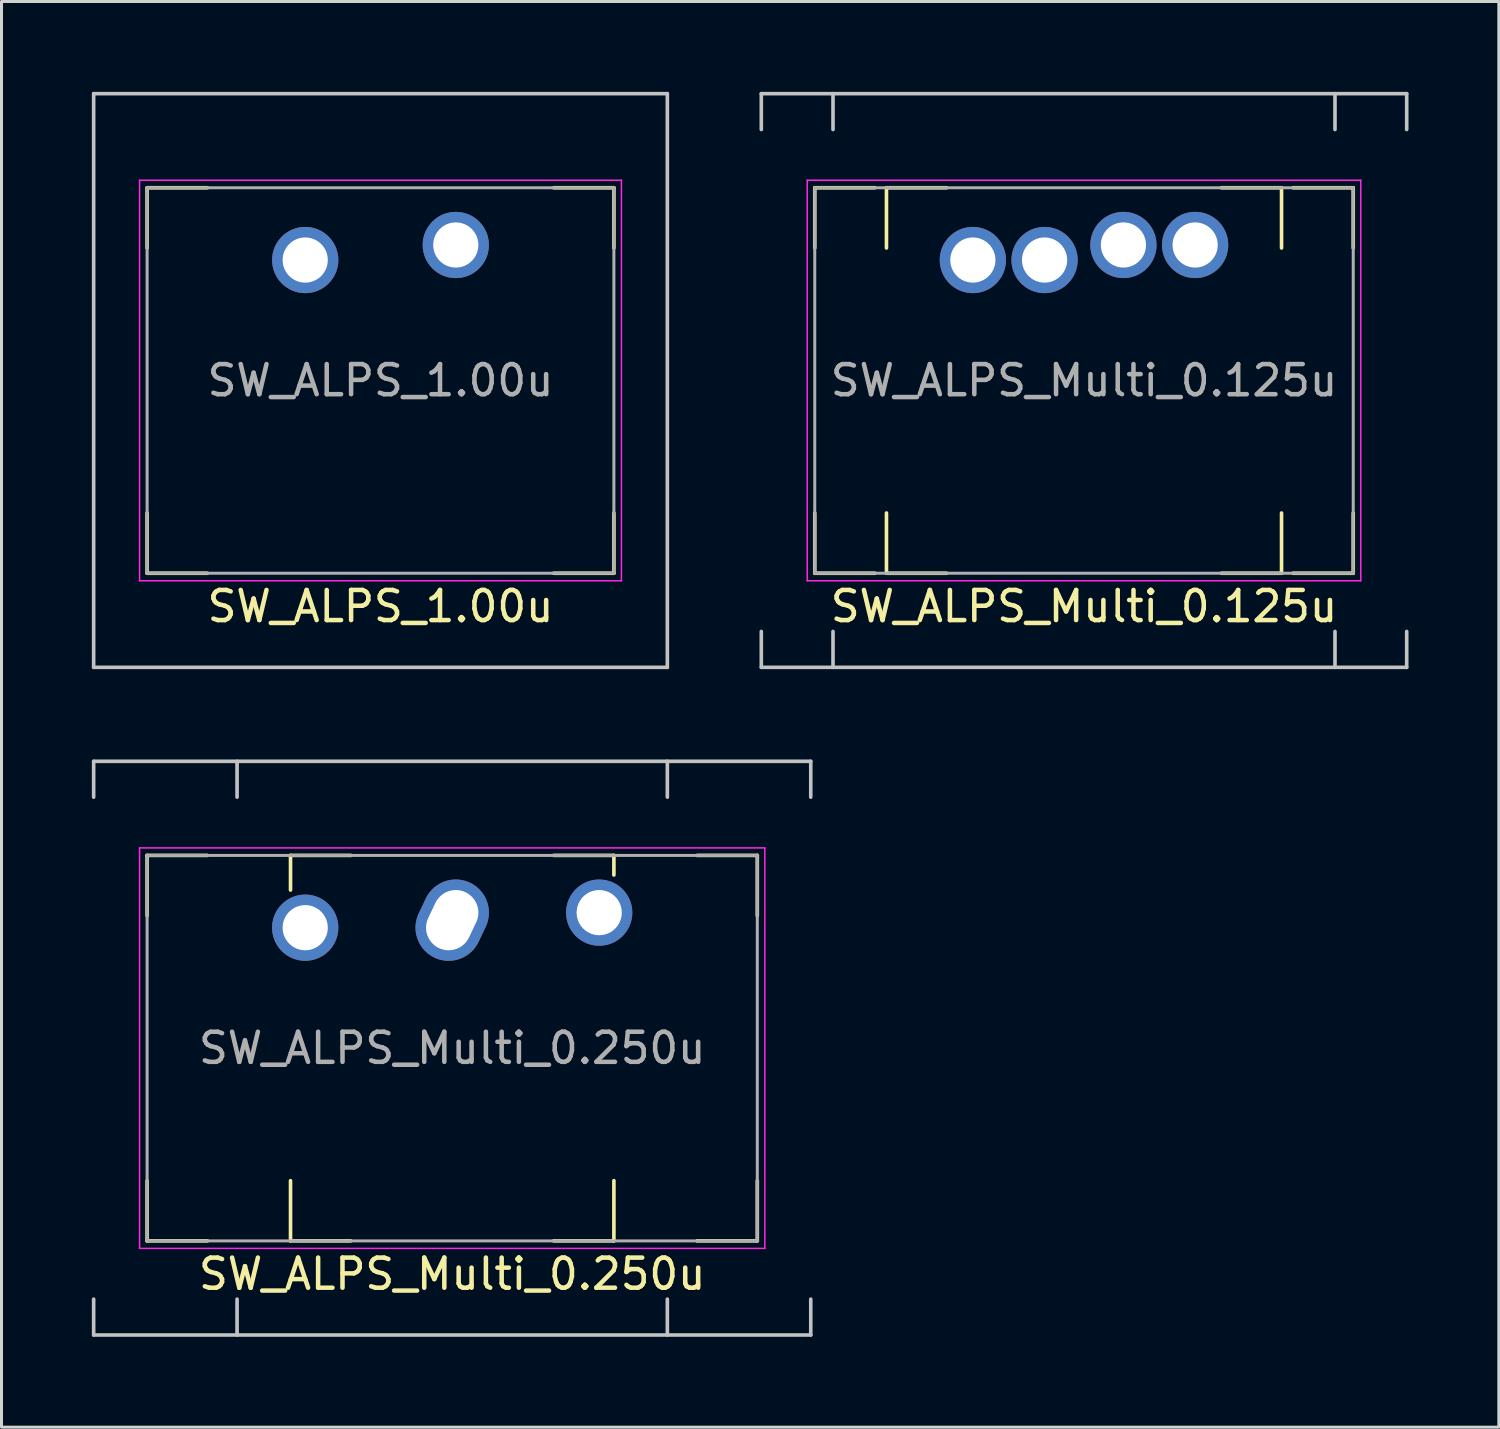
<source format=kicad_pcb>
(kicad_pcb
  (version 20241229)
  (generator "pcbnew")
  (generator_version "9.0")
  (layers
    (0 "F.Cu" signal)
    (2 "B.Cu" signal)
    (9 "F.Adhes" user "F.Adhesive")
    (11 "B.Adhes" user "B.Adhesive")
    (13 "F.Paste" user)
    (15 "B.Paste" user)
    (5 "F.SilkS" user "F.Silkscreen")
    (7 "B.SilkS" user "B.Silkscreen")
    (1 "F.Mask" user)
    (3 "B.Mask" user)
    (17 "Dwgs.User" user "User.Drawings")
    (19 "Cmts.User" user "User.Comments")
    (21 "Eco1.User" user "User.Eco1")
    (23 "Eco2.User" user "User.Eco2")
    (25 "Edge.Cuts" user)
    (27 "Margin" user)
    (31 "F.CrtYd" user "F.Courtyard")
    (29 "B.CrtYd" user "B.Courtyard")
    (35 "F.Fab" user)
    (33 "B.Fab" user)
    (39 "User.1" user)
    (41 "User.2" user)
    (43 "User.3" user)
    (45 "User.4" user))
  (footprint "SW_ALPS_Multi_0.250u"
    (layer "F.Cu")
    (at 11.966 31.755)
    (property "Reference" "SW_ALPS_Multi_0.250u" (at 0 7.5 0) (layer "F.SilkS") (effects (font (size 1 1) (thickness 0.15))))
    (attr through_hole)
    (fp_line (start -10.131 -6.4) (end -8.131 -6.4) (stroke (width 0.12) (type solid)) (layer "F.SilkS"))
    (fp_line (start -10.131 -4.4) (end -10.131 -6.4) (stroke (width 0.12) (type solid)) (layer "F.SilkS"))
    (fp_line (start -10.131 6.4) (end -10.131 4.4) (stroke (width 0.12) (type solid)) (layer "F.SilkS"))
    (fp_line (start -10.131 6.4) (end -8.131 6.4) (stroke (width 0.12) (type solid)) (layer "F.SilkS"))
    (fp_line (start -5.369 -6.4) (end -3.369 -6.4) (stroke (width 0.12) (type solid)) (layer "F.SilkS"))
    (fp_line (start -5.369 -5.25) (end -5.369 -6.4) (stroke (width 0.12) (type solid)) (layer "F.SilkS"))
    (fp_line (start -5.369 6.4) (end -5.369 4.4) (stroke (width 0.12) (type solid)) (layer "F.SilkS"))
    (fp_line (start -5.369 6.4) (end -3.369 6.4) (stroke (width 0.12) (type solid)) (layer "F.SilkS"))
    (fp_line (start 3.369 -6.4) (end 5.369 -6.4) (stroke (width 0.12) (type solid)) (layer "F.SilkS"))
    (fp_line (start 3.369 6.4) (end 5.369 6.4) (stroke (width 0.12) (type solid)) (layer "F.SilkS"))
    (fp_line (start 5.369 -5.75) (end 5.369 -6.4) (stroke (width 0.12) (type solid)) (layer "F.SilkS"))
    (fp_line (start 5.369 6.4) (end 5.369 4.4) (stroke (width 0.12) (type solid)) (layer "F.SilkS"))
    (fp_line (start 8.131 -6.4) (end 10.131 -6.4) (stroke (width 0.12) (type solid)) (layer "F.SilkS"))
    (fp_line (start 8.131 6.4) (end 10.131 6.4) (stroke (width 0.12) (type solid)) (layer "F.SilkS"))
    (fp_line (start 10.131 -4.4) (end 10.131 -6.4) (stroke (width 0.12) (type solid)) (layer "F.SilkS"))
    (fp_line (start 10.131 6.4) (end 10.131 4.4) (stroke (width 0.12) (type solid)) (layer "F.SilkS"))
    (fp_line (start -11.906 -9.525) (end 11.906 -9.525) (stroke (width 0.12) (type solid)) (layer "Dwgs.User"))
    (fp_line (start -11.906 -8.334) (end -11.906 -9.525) (stroke (width 0.12) (type solid)) (layer "Dwgs.User"))
    (fp_line (start -11.906 9.525) (end -11.906 8.334) (stroke (width 0.12) (type solid)) (layer "Dwgs.User"))
    (fp_line (start -7.144 -9.525) (end -7.144 -8.334) (stroke (width 0.12) (type solid)) (layer "Dwgs.User"))
    (fp_line (start -7.144 9.525) (end -7.144 8.334) (stroke (width 0.12) (type solid)) (layer "Dwgs.User"))
    (fp_line (start 7.144 -9.525) (end 7.144 -8.334) (stroke (width 0.12) (type solid)) (layer "Dwgs.User"))
    (fp_line (start 7.144 9.525) (end 7.144 8.334) (stroke (width 0.12) (type solid)) (layer "Dwgs.User"))
    (fp_line (start 11.906 -9.525) (end 11.906 -8.334) (stroke (width 0.12) (type solid)) (layer "Dwgs.User"))
    (fp_line (start 11.906 9.525) (end -11.906 9.525) (stroke (width 0.12) (type solid)) (layer "Dwgs.User"))
    (fp_line (start 11.906 9.525) (end 11.906 8.334) (stroke (width 0.12) (type solid)) (layer "Dwgs.User"))
    (fp_line (start -10.381 -6.65) (end 10.381 -6.65) (stroke (width 0.05) (type solid)) (layer "F.CrtYd"))
    (fp_line (start -10.381 6.65) (end -10.381 -6.65) (stroke (width 0.05) (type solid)) (layer "F.CrtYd"))
    (fp_line (start 10.381 -6.65) (end 10.381 6.65) (stroke (width 0.05) (type solid)) (layer "F.CrtYd"))
    (fp_line (start 10.381 6.65) (end -10.381 6.65) (stroke (width 0.05) (type solid)) (layer "F.CrtYd"))
    (fp_line (start -10.131 -6.4) (end 10.131 -6.4) (stroke (width 0.1) (type solid)) (layer "F.Fab"))
    (fp_line (start -10.131 6.4) (end -10.131 -6.4) (stroke (width 0.1) (type solid)) (layer "F.Fab"))
    (fp_line (start 10.131 -6.4) (end 10.131 6.4) (stroke (width 0.1) (type solid)) (layer "F.Fab"))
    (fp_line (start 10.131 6.4) (end -10.131 6.4) (stroke (width 0.1) (type solid)) (layer "F.Fab"))
    (fp_text user "${REFERENCE}" (at 0 0 0) (layer "F.Fab") (effects (font (size 1 1) (thickness 0.15))))
    (pad "1" thru_hole oval (at 0.000014 -4.25 64.6) (size 2.754 2.2) (drill oval 2.054 1.5) (layers "*.Cu" "*.Mask"))
    (pad "2" thru_hole circle (at -4.881 -4) (size 2.2 2.2) (drill 1.5) (layers "*.Cu" "*.Mask"))
    (pad "2" thru_hole circle (at 4.881 -4.5) (size 2.2 2.2) (drill 1.5) (layers "*.Cu" "*.Mask")))
  (footprint "SW_ALPS_1.00u"
    (layer "F.Cu")
    (at 9.585 9.585)
    (property "Reference" "SW_ALPS_1.00u" (at 0 7.5 0) (layer "F.SilkS") (effects (font (size 1 1) (thickness 0.15))))
    (attr through_hole)
    (fp_line (start -7.75 -6.4) (end -5.75 -6.4) (stroke (width 0.12) (type solid)) (layer "F.SilkS"))
    (fp_line (start -7.75 -4.4) (end -7.75 -6.4) (stroke (width 0.12) (type solid)) (layer "F.SilkS"))
    (fp_line (start -7.75 6.4) (end -7.75 4.4) (stroke (width 0.12) (type solid)) (layer "F.SilkS"))
    (fp_line (start -7.75 6.4) (end -5.75 6.4) (stroke (width 0.12) (type solid)) (layer "F.SilkS"))
    (fp_line (start 5.75 -6.4) (end 7.75 -6.4) (stroke (width 0.12) (type solid)) (layer "F.SilkS"))
    (fp_line (start 5.75 6.4) (end 7.75 6.4) (stroke (width 0.12) (type solid)) (layer "F.SilkS"))
    (fp_line (start 7.75 -4.4) (end 7.75 -6.4) (stroke (width 0.12) (type solid)) (layer "F.SilkS"))
    (fp_line (start 7.75 6.4) (end 7.75 4.4) (stroke (width 0.12) (type solid)) (layer "F.SilkS"))
    (fp_line (start -9.525 -9.525) (end 9.525 -9.525) (stroke (width 0.12) (type solid)) (layer "Dwgs.User"))
    (fp_line (start -9.525 9.525) (end -9.525 -9.525) (stroke (width 0.12) (type solid)) (layer "Dwgs.User"))
    (fp_line (start 9.525 -9.525) (end 9.525 9.525) (stroke (width 0.12) (type solid)) (layer "Dwgs.User"))
    (fp_line (start 9.525 9.525) (end -9.525 9.525) (stroke (width 0.12) (type solid)) (layer "Dwgs.User"))
    (fp_line (start -8 -6.65) (end 8 -6.65) (stroke (width 0.05) (type solid)) (layer "F.CrtYd"))
    (fp_line (start -8 6.65) (end -8 -6.65) (stroke (width 0.05) (type solid)) (layer "F.CrtYd"))
    (fp_line (start 8 -6.65) (end 8 6.65) (stroke (width 0.05) (type solid)) (layer "F.CrtYd"))
    (fp_line (start 8 6.65) (end -8 6.65) (stroke (width 0.05) (type solid)) (layer "F.CrtYd"))
    (fp_line (start -7.75 -6.4) (end 7.75 -6.4) (stroke (width 0.1) (type solid)) (layer "F.Fab"))
    (fp_line (start -7.75 6.4) (end -7.75 -6.4) (stroke (width 0.1) (type solid)) (layer "F.Fab"))
    (fp_line (start 7.75 -6.4) (end 7.75 6.4) (stroke (width 0.1) (type solid)) (layer "F.Fab"))
    (fp_line (start 7.75 6.4) (end -7.75 6.4) (stroke (width 0.1) (type solid)) (layer "F.Fab"))
    (fp_text user "${REFERENCE}" (at 0 0 0) (layer "F.Fab") (effects (font (size 1 1) (thickness 0.15))))
    (pad "1" thru_hole circle (at 2.5 -4.5) (size 2.2 2.2) (drill 1.5) (layers "*.Cu" "*.Mask"))
    (pad "2" thru_hole circle (at -2.5 -4) (size 2.2 2.2) (drill 1.5) (layers "*.Cu" "*.Mask")))
  (footprint "SW_ALPS_Multi_0.125u"
    (layer "F.Cu")
    (at 31.755 9.585)
    (property "Reference" "SW_ALPS_Multi_0.125u" (at 1.191 7.5 0) (layer "F.SilkS") (effects (font (size 1 1) (thickness 0.15))))
    (attr through_hole)
    (fp_line (start -7.75 -6.4) (end -5.75 -6.4) (stroke (width 0.12) (type solid)) (layer "F.SilkS"))
    (fp_line (start -7.75 -4.4) (end -7.75 -6.4) (stroke (width 0.12) (type solid)) (layer "F.SilkS"))
    (fp_line (start -7.75 6.4) (end -7.75 4.4) (stroke (width 0.12) (type solid)) (layer "F.SilkS"))
    (fp_line (start -7.75 6.4) (end -5.75 6.4) (stroke (width 0.12) (type solid)) (layer "F.SilkS"))
    (fp_line (start -5.369 -6.4) (end -3.369 -6.4) (stroke (width 0.12) (type solid)) (layer "F.SilkS"))
    (fp_line (start -5.369 -4.4) (end -5.369 -6.4) (stroke (width 0.12) (type solid)) (layer "F.SilkS"))
    (fp_line (start -5.369 6.4) (end -5.369 4.4) (stroke (width 0.12) (type solid)) (layer "F.SilkS"))
    (fp_line (start -5.369 6.4) (end -3.369 6.4) (stroke (width 0.12) (type solid)) (layer "F.SilkS"))
    (fp_line (start 5.75 -6.4) (end 7.75 -6.4) (stroke (width 0.12) (type solid)) (layer "F.SilkS"))
    (fp_line (start 5.75 6.4) (end 7.75 6.4) (stroke (width 0.12) (type solid)) (layer "F.SilkS"))
    (fp_line (start 7.75 -4.4) (end 7.75 -6.4) (stroke (width 0.12) (type solid)) (layer "F.SilkS"))
    (fp_line (start 7.75 6.4) (end 7.75 4.4) (stroke (width 0.12) (type solid)) (layer "F.SilkS"))
    (fp_line (start 8.131 -6.4) (end 10.131 -6.4) (stroke (width 0.12) (type solid)) (layer "F.SilkS"))
    (fp_line (start 8.131 6.4) (end 10.131 6.4) (stroke (width 0.12) (type solid)) (layer "F.SilkS"))
    (fp_line (start 10.131 -4.4) (end 10.131 -6.4) (stroke (width 0.12) (type solid)) (layer "F.SilkS"))
    (fp_line (start 10.131 6.4) (end 10.131 4.4) (stroke (width 0.12) (type solid)) (layer "F.SilkS"))
    (fp_line (start -9.525 -9.525) (end 11.906 -9.525) (stroke (width 0.12) (type solid)) (layer "Dwgs.User"))
    (fp_line (start -9.525 -8.334) (end -9.525 -9.525) (stroke (width 0.12) (type solid)) (layer "Dwgs.User"))
    (fp_line (start -9.525 9.525) (end -9.525 8.334) (stroke (width 0.12) (type solid)) (layer "Dwgs.User"))
    (fp_line (start -7.144 -9.525) (end -7.144 -8.334) (stroke (width 0.12) (type solid)) (layer "Dwgs.User"))
    (fp_line (start -7.144 9.525) (end -7.144 8.334) (stroke (width 0.12) (type solid)) (layer "Dwgs.User"))
    (fp_line (start 9.525 -9.525) (end 9.525 -8.334) (stroke (width 0.12) (type solid)) (layer "Dwgs.User"))
    (fp_line (start 9.525 9.525) (end 9.525 8.334) (stroke (width 0.12) (type solid)) (layer "Dwgs.User"))
    (fp_line (start 11.906 -9.525) (end 11.906 -8.334) (stroke (width 0.12) (type solid)) (layer "Dwgs.User"))
    (fp_line (start 11.906 9.525) (end -9.525 9.525) (stroke (width 0.12) (type solid)) (layer "Dwgs.User"))
    (fp_line (start 11.906 9.525) (end 11.906 8.334) (stroke (width 0.12) (type solid)) (layer "Dwgs.User"))
    (fp_line (start -8 -6.65) (end 10.381 -6.65) (stroke (width 0.05) (type solid)) (layer "F.CrtYd"))
    (fp_line (start -8 6.65) (end -8 -6.65) (stroke (width 0.05) (type solid)) (layer "F.CrtYd"))
    (fp_line (start 10.381 -6.65) (end 10.381 6.65) (stroke (width 0.05) (type solid)) (layer "F.CrtYd"))
    (fp_line (start 10.381 6.65) (end -8 6.65) (stroke (width 0.05) (type solid)) (layer "F.CrtYd"))
    (fp_line (start -7.75 -6.4) (end 10.131 -6.4) (stroke (width 0.1) (type solid)) (layer "F.Fab"))
    (fp_line (start -7.75 6.4) (end -7.75 -6.4) (stroke (width 0.1) (type solid)) (layer "F.Fab"))
    (fp_line (start 10.131 -6.4) (end 10.131 6.4) (stroke (width 0.1) (type solid)) (layer "F.Fab"))
    (fp_line (start 10.131 6.4) (end -7.75 6.4) (stroke (width 0.1) (type solid)) (layer "F.Fab"))
    (fp_text user "${REFERENCE}" (at 1.191 0 0) (layer "F.Fab") (effects (font (size 1 1) (thickness 0.15))))
    (pad "1" thru_hole circle (at 2.5 -4.5) (size 2.2 2.2) (drill 1.5) (layers "*.Cu" "*.Mask"))
    (pad "1" thru_hole circle (at 4.881 -4.5) (size 2.2 2.2) (drill 1.5) (layers "*.Cu" "*.Mask"))
    (pad "2" thru_hole circle (at -2.5 -4) (size 2.2 2.2) (drill 1.5) (layers "*.Cu" "*.Mask"))
    (pad "2" thru_hole circle (at -0.119 -4) (size 2.2 2.2) (drill 1.5) (layers "*.Cu" "*.Mask")))
  (gr_rect
    (start -3 -3)
    (end 46.721 44.34)
    (stroke (width 0.1) (type default))
    (fill no)
    (layer "Edge.Cuts")))
</source>
